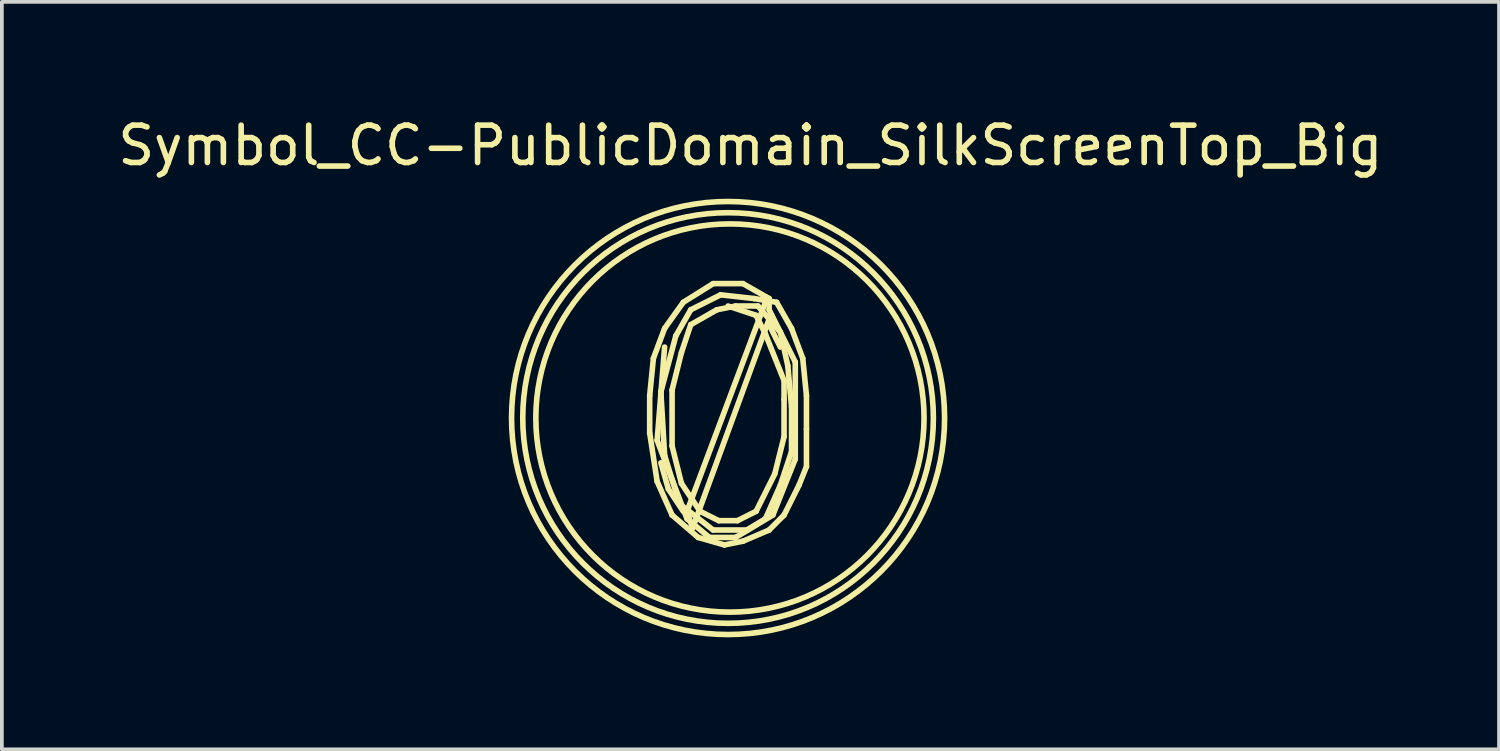
<source format=kicad_pcb>
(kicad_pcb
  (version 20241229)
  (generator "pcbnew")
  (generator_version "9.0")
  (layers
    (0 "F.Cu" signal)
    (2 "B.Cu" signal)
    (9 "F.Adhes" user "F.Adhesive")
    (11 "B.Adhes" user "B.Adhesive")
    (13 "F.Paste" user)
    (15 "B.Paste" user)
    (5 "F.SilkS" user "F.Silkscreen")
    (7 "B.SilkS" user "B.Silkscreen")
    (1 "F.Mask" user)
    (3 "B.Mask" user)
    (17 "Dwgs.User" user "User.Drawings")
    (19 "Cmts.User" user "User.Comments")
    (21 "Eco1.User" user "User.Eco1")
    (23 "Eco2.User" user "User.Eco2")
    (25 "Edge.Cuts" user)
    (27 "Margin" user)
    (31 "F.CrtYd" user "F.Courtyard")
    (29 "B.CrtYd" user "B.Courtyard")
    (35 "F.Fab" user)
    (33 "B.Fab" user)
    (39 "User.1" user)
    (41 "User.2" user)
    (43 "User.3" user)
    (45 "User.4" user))
  (footprint "Symbol_CC-PublicDomain_SilkScreenTop_Big"
    (layer "F.Cu")
    (at 16.454 8.148)
    (property "Reference" "Symbol_CC-PublicDomain_SilkScreenTop_Big" (at 0.599 -7.3 0) (layer "F.SilkS") (effects (font (size 1 1) (thickness 0.15))))
    (attr exclude_from_pos_files exclude_from_bom)
    (fp_line (start -2.1 -0.6) (end -2 -1.6) (stroke (width 0.15) (type solid)) (layer "F.SilkS"))
    (fp_line (start -2.1 0.4) (end -2.1 -0.6) (stroke (width 0.15) (type solid)) (layer "F.SilkS"))
    (fp_line (start -2 -1.6) (end -1.7 -2.4) (stroke (width 0.15) (type solid)) (layer "F.SilkS"))
    (fp_line (start -1.9 0.6) (end -1.7 -1.9) (stroke (width 0.15) (type solid)) (layer "F.SilkS"))
    (fp_line (start -1.9 1.7) (end -2.1 0.4) (stroke (width 0.15) (type solid)) (layer "F.SilkS"))
    (fp_line (start -1.8 -0.7) (end -1.4 -2.2) (stroke (width 0.15) (type solid)) (layer "F.SilkS"))
    (fp_line (start -1.8 1.2) (end -1.6 1.9) (stroke (width 0.15) (type solid)) (layer "F.SilkS"))
    (fp_line (start -1.7 -2.4) (end -1.2 -3.1) (stroke (width 0.15) (type solid)) (layer "F.SilkS"))
    (fp_line (start -1.7 1) (end -1.8 -0.7) (stroke (width 0.15) (type solid)) (layer "F.SilkS"))
    (fp_line (start -1.6 1.9) (end -1.2 2.5) (stroke (width 0.15) (type solid)) (layer "F.SilkS"))
    (fp_line (start -1.5 -0.75) (end -1.25 -1.75) (stroke (width 0.15) (type solid)) (layer "F.SilkS"))
    (fp_line (start -1.5 0.75) (end -1.5 -0.75) (stroke (width 0.15) (type solid)) (layer "F.SilkS"))
    (fp_line (start -1.5 2.6) (end -1.9 1.7) (stroke (width 0.15) (type solid)) (layer "F.SilkS"))
    (fp_line (start -1.4 -2.2) (end -1 -2.9) (stroke (width 0.15) (type solid)) (layer "F.SilkS"))
    (fp_line (start -1.3 2.3) (end -1.7 1) (stroke (width 0.15) (type solid)) (layer "F.SilkS"))
    (fp_line (start -1.25 -1.75) (end -1 -2.5) (stroke (width 0.15) (type solid)) (layer "F.SilkS"))
    (fp_line (start -1.25 1.75) (end -1.5 0.75) (stroke (width 0.15) (type solid)) (layer "F.SilkS"))
    (fp_line (start -1.2 -3.1) (end -0.4 -3.6) (stroke (width 0.15) (type solid)) (layer "F.SilkS"))
    (fp_line (start -1.1 2.5) (end 1 -3.1) (stroke (width 0.15) (type solid)) (layer "F.SilkS"))
    (fp_line (start -1.1 2.7) (end -1.9 0.6) (stroke (width 0.15) (type solid)) (layer "F.SilkS"))
    (fp_line (start -1 -2.9) (end -0.2 -3.3) (stroke (width 0.15) (type solid)) (layer "F.SilkS"))
    (fp_line (start -1 -2.5) (end -0.3 -2.9) (stroke (width 0.15) (type solid)) (layer "F.SilkS"))
    (fp_line (start -0.95 2.95) (end -1.1 2.5) (stroke (width 0.15) (type solid)) (layer "F.SilkS"))
    (fp_line (start -0.8 3.2) (end -1.5 2.6) (stroke (width 0.15) (type solid)) (layer "F.SilkS"))
    (fp_line (start -0.75 2.5) (end -1.25 1.75) (stroke (width 0.15) (type solid)) (layer "F.SilkS"))
    (fp_line (start -0.5 3.2) (end -1.1 2.7) (stroke (width 0.15) (type solid)) (layer "F.SilkS"))
    (fp_line (start -0.4 -3.6) (end 0.4 -3.6) (stroke (width 0.15) (type solid)) (layer "F.SilkS"))
    (fp_line (start -0.4 3) (end -1.3 2.3) (stroke (width 0.15) (type solid)) (layer "F.SilkS"))
    (fp_line (start -0.3 -2.9) (end 0.2 -3) (stroke (width 0.15) (type solid)) (layer "F.SilkS"))
    (fp_line (start -0.25 2.75) (end -0.75 2.5) (stroke (width 0.15) (type solid)) (layer "F.SilkS"))
    (fp_line (start -0.2 -3.3) (end 0.7 -3.2) (stroke (width 0.15) (type solid)) (layer "F.SilkS"))
    (fp_line (start -0.1 3.4) (end -0.8 3.2) (stroke (width 0.15) (type solid)) (layer "F.SilkS"))
    (fp_line (start 0 -3) (end 0.75 -2.75) (stroke (width 0.15) (type solid)) (layer "F.SilkS"))
    (fp_line (start 0.2 -3) (end 0.8 -3) (stroke (width 0.15) (type solid)) (layer "F.SilkS"))
    (fp_line (start 0.2 3.2) (end -0.5 3.2) (stroke (width 0.15) (type solid)) (layer "F.SilkS"))
    (fp_line (start 0.25 2.75) (end -0.25 2.75) (stroke (width 0.15) (type solid)) (layer "F.SilkS"))
    (fp_line (start 0.4 -3.6) (end 1.1 -3.2) (stroke (width 0.15) (type solid)) (layer "F.SilkS"))
    (fp_line (start 0.4 3.3) (end -0.1 3.4) (stroke (width 0.15) (type solid)) (layer "F.SilkS"))
    (fp_line (start 0.5 3) (end -0.4 3) (stroke (width 0.15) (type solid)) (layer "F.SilkS"))
    (fp_line (start 0.7 -3.2) (end 1.3 -3.1) (stroke (width 0.15) (type solid)) (layer "F.SilkS"))
    (fp_line (start 0.75 -2.75) (end 1 -2.25) (stroke (width 0.15) (type solid)) (layer "F.SilkS"))
    (fp_line (start 0.75 2.5) (end 0.25 2.75) (stroke (width 0.15) (type solid)) (layer "F.SilkS"))
    (fp_line (start 0.8 -3) (end 1.4 -2.3) (stroke (width 0.15) (type solid)) (layer "F.SilkS"))
    (fp_line (start 1 -2.25) (end 1.5 -1) (stroke (width 0.15) (type solid)) (layer "F.SilkS"))
    (fp_line (start 1 2.7) (end 0.5 3) (stroke (width 0.15) (type solid)) (layer "F.SilkS"))
    (fp_line (start 1.1 -3.2) (end 1.1 -2.9) (stroke (width 0.15) (type solid)) (layer "F.SilkS"))
    (fp_line (start 1.1 -2.9) (end 1.8 -1.5) (stroke (width 0.15) (type solid)) (layer "F.SilkS"))
    (fp_line (start 1.1 -2.65) (end -0.95 2.95) (stroke (width 0.15) (type solid)) (layer "F.SilkS"))
    (fp_line (start 1.1 -2.5) (end 1.4 -1.9) (stroke (width 0.15) (type solid)) (layer "F.SilkS"))
    (fp_line (start 1.1 3) (end 0.4 3.3) (stroke (width 0.15) (type solid)) (layer "F.SilkS"))
    (fp_line (start 1.2 2.6) (end 0.2 3.2) (stroke (width 0.15) (type solid)) (layer "F.SilkS"))
    (fp_line (start 1.25 1.5) (end 0.75 2.5) (stroke (width 0.15) (type solid)) (layer "F.SilkS"))
    (fp_line (start 1.3 -3.1) (end 1.7 -2.4) (stroke (width 0.15) (type solid)) (layer "F.SilkS"))
    (fp_line (start 1.4 -2.3) (end 1.6 -1.4) (stroke (width 0.15) (type solid)) (layer "F.SilkS"))
    (fp_line (start 1.4 1.8) (end 1 2.7) (stroke (width 0.15) (type solid)) (layer "F.SilkS"))
    (fp_line (start 1.5 -1) (end 1.5 -0.5) (stroke (width 0.15) (type solid)) (layer "F.SilkS"))
    (fp_line (start 1.5 -0.5) (end 1.5 0.5) (stroke (width 0.15) (type solid)) (layer "F.SilkS"))
    (fp_line (start 1.5 0.5) (end 1.25 1.5) (stroke (width 0.15) (type solid)) (layer "F.SilkS"))
    (fp_line (start 1.5 2.6) (end 1.1 3) (stroke (width 0.15) (type solid)) (layer "F.SilkS"))
    (fp_line (start 1.6 -1.4) (end 1.7 -0.3) (stroke (width 0.15) (type solid)) (layer "F.SilkS"))
    (fp_line (start 1.7 -2.4) (end 2 -1.6) (stroke (width 0.15) (type solid)) (layer "F.SilkS"))
    (fp_line (start 1.7 -0.3) (end 1.7 0.9) (stroke (width 0.15) (type solid)) (layer "F.SilkS"))
    (fp_line (start 1.7 0.9) (end 1.4 1.8) (stroke (width 0.15) (type solid)) (layer "F.SilkS"))
    (fp_line (start 1.8 -1.5) (end 1.8 -0.4) (stroke (width 0.15) (type solid)) (layer "F.SilkS"))
    (fp_line (start 1.8 -0.4) (end 1.8 1.1) (stroke (width 0.15) (type solid)) (layer "F.SilkS"))
    (fp_line (start 1.8 1.1) (end 1.2 2.6) (stroke (width 0.15) (type solid)) (layer "F.SilkS"))
    (fp_line (start 1.9 1.8) (end 1.5 2.6) (stroke (width 0.15) (type solid)) (layer "F.SilkS"))
    (fp_line (start 2 -1.6) (end 2.1 -0.6) (stroke (width 0.15) (type solid)) (layer "F.SilkS"))
    (fp_line (start 2.1 -0.6) (end 2.1 0.3) (stroke (width 0.15) (type solid)) (layer "F.SilkS"))
    (fp_line (start 2.1 0.3) (end 2.1 1.3) (stroke (width 0.15) (type solid)) (layer "F.SilkS"))
    (fp_line (start 2.1 1.3) (end 1.9 1.8) (stroke (width 0.15) (type solid)) (layer "F.SilkS"))
    (fp_circle (center 0 0) (end 5.5 0) (stroke (width 0.15) (type solid)) (fill no) (layer "F.SilkS"))
    (fp_circle (center 0 0) (end 5.8 -0.05) (stroke (width 0.15) (type solid)) (fill no) (layer "F.SilkS"))
    (fp_circle (center 0.05 0) (end 5.25 0) (stroke (width 0.15) (type solid)) (fill no) (layer "F.SilkS")))
  (gr_rect
    (start -3 -3)
    (end 37.107 17.023)
    (stroke (width 0.1) (type default))
    (fill no)
    (layer "Edge.Cuts")))
</source>
